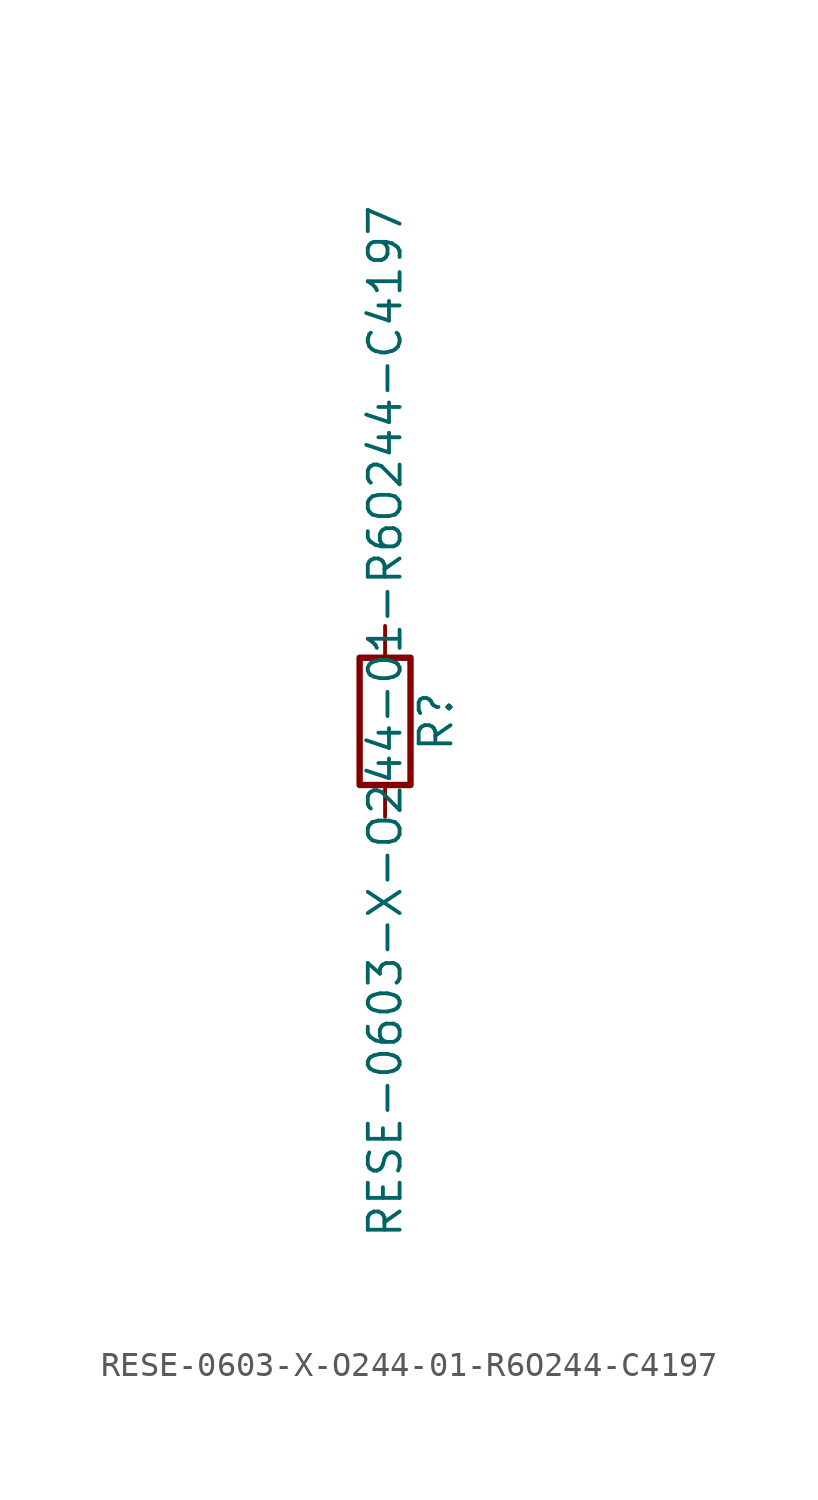
<source format=kicad_sym>
(kicad_symbol_lib
  (version 20211014)
  (generator kicad_symbol_editor)
  (symbol "RESE-0603-X-O244-01-R6O244-C4197"
    (pin_numbers hide)
    (pin_names
      (offset 0))
    (property "Reference" "R"
      (at 2.032 0 90)
      (effects (font (size 1.27 1.27))))
    (property "Value" "RESE-0603-X-O244-01-R6O244-C4197"
      (at 0 0 90)
      (effects (font (size 1.27 1.27))))
    (symbol "RESE-0603-X-O244-01-R6O244-C4197_0_1"
      (rectangle (start -1.016 -2.54) (end 1.016 2.54) (stroke (width 0.254) (type default) (color 0 0 0 0)) (fill (type none))))
    (symbol "RESE-0603-X-O244-01-R6O244-C4197_1_1"
      (pin passive line (at 0 3.81 270) (length 1.27) (name "~" (effects (font (size 1.27 1.27)))) (number "1" (effects (font (size 1.27 1.27)))))
      (pin passive line (at 0 -3.81 90) (length 1.27) (name "~" (effects (font (size 1.27 1.27)))) (number "2" (effects (font (size 1.27 1.27))))))))
</source>
